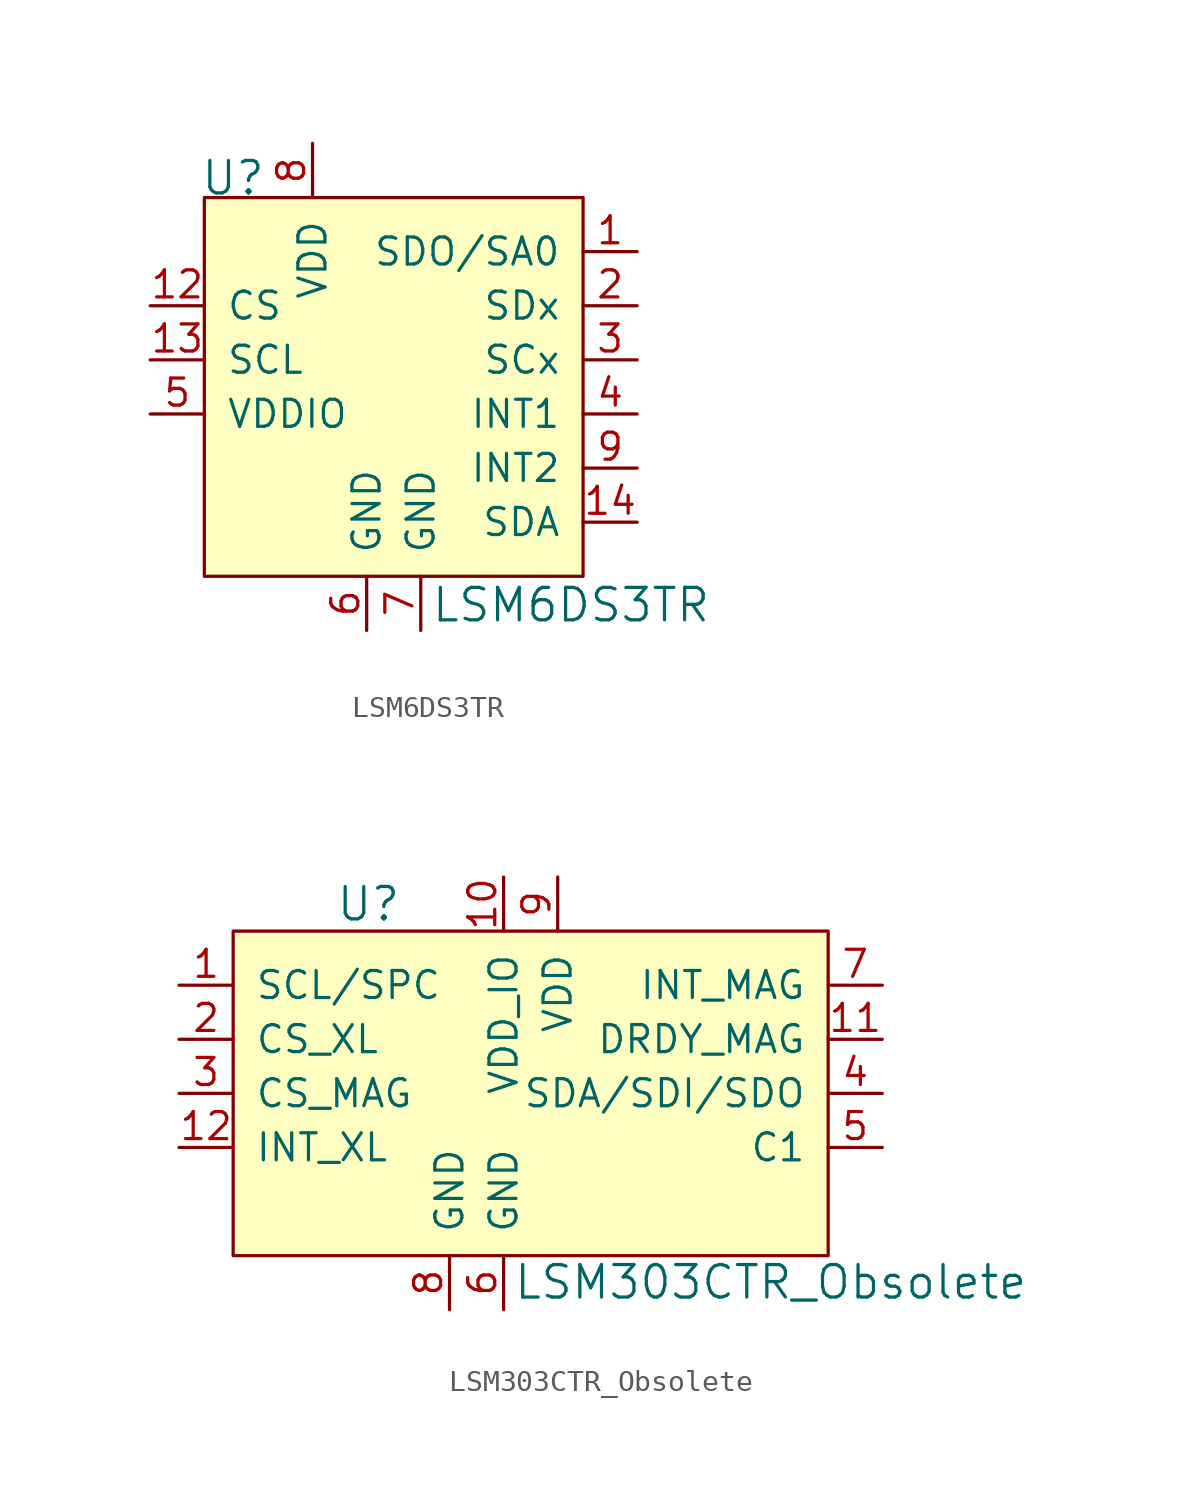
<source format=kicad_sym>
(kicad_symbol_lib
  (version 20231120)
  (generator "kicad_symbol_editor")
  (generator_version "8.0")
  (symbol "LSM6DS3TR"
    (pin_names
      (offset 1.016))
    (property "Reference" "U"
      (at -7.823 11.074 0)
      (effects (font (size 1.524 1.524)) (justify left)))
    (property "Value" "LSM6DS3TR"
      (at 2.997 -8.966 0)
      (effects (font (size 1.524 1.524)) (justify left)))
    (symbol "LSM6DS3TR_0_1"
      (rectangle (start -7.62 10.16) (end 10.16 -7.62) (stroke (width 0) (type solid)) (fill (type background))))
    (symbol "LSM6DS3TR_1_0"
      (pin output line (at 12.7 7.62 180) (length 2.54) (name "SDO/SA0" (effects (font (size 1.27 1.27)))) (number "1" (effects (font (size 1.27 1.27)))))
      (pin no_connect line (at -7.62 -2.54 0) (length 2.54) hide (name "NC" (effects (font (size 1.27 1.27)))) (number "10" (effects (font (size 1.27 1.27)))))
      (pin no_connect line (at -7.62 -5.08 0) (length 2.54) hide (name "NC" (effects (font (size 1.27 1.27)))) (number "11" (effects (font (size 1.27 1.27)))))
      (pin input line (at -10.16 5.08 0) (length 2.54) (name "CS" (effects (font (size 1.27 1.27)))) (number "12" (effects (font (size 1.27 1.27)))))
      (pin input line (at -10.16 2.54 0) (length 2.54) (name "SCL" (effects (font (size 1.27 1.27)))) (number "13" (effects (font (size 1.27 1.27)))))
      (pin bidirectional line (at 12.7 -5.08 180) (length 2.54) (name "SDA" (effects (font (size 1.27 1.27)))) (number "14" (effects (font (size 1.27 1.27)))))
      (pin output line (at 12.7 5.08 180) (length 2.54) (name "SDx" (effects (font (size 1.27 1.27)))) (number "2" (effects (font (size 1.27 1.27)))))
      (pin output line (at 12.7 2.54 180) (length 2.54) (name "SCx" (effects (font (size 1.27 1.27)))) (number "3" (effects (font (size 1.27 1.27)))))
      (pin output line (at 12.7 0 180) (length 2.54) (name "INT1" (effects (font (size 1.27 1.27)))) (number "4" (effects (font (size 1.27 1.27)))))
      (pin bidirectional line (at -10.16 0 0) (length 2.54) (name "VDDIO" (effects (font (size 1.27 1.27)))) (number "5" (effects (font (size 1.27 1.27)))))
      (pin bidirectional line (at 0 -10.16 90) (length 2.54) (name "GND" (effects (font (size 1.27 1.27)))) (number "6" (effects (font (size 1.27 1.27)))))
      (pin bidirectional line (at 2.54 -10.16 90) (length 2.54) (name "GND" (effects (font (size 1.27 1.27)))) (number "7" (effects (font (size 1.27 1.27)))))
      (pin bidirectional line (at -2.54 12.7 270) (length 2.54) (name "VDD" (effects (font (size 1.27 1.27)))) (number "8" (effects (font (size 1.27 1.27)))))
      (pin output line (at 12.7 -2.54 180) (length 2.54) (name "INT2" (effects (font (size 1.27 1.27)))) (number "9" (effects (font (size 1.27 1.27)))))))
  (symbol "LSM303CTR_Obsolete"
    (pin_names
      (offset 1.016))
    (property "Reference" "U"
      (at -11.43 13.97 0)
      (effects (font (size 1.524 1.524))))
    (property "Value" "LSM303CTR_Obsolete"
      (at -4.648 -3.785 0)
      (effects (font (size 1.524 1.524)) (justify left)))
    (symbol "LSM303CTR_Obsolete_0_1"
      (rectangle (start -17.78 12.7) (end 10.16 -2.54) (stroke (width 0) (type solid)) (fill (type background))))
    (symbol "LSM303CTR_Obsolete_1_1"
      (pin input line (at -20.32 10.16 0) (length 2.54) (name "SCL/SPC" (effects (font (size 1.27 1.27)))) (number "1" (effects (font (size 1.27 1.27)))))
      (pin power_in line (at -5.08 15.24 270) (length 2.54) (name "VDD_IO" (effects (font (size 1.27 1.27)))) (number "10" (effects (font (size 1.27 1.27)))))
      (pin output line (at 12.7 7.62 180) (length 2.54) (name "DRDY_MAG" (effects (font (size 1.27 1.27)))) (number "11" (effects (font (size 1.27 1.27)))))
      (pin input line (at -20.32 2.54 0) (length 2.54) (name "INT_XL" (effects (font (size 1.27 1.27)))) (number "12" (effects (font (size 1.27 1.27)))))
      (pin input line (at -20.32 7.62 0) (length 2.54) (name "CS_XL" (effects (font (size 1.27 1.27)))) (number "2" (effects (font (size 1.27 1.27)))))
      (pin input line (at -20.32 5.08 0) (length 2.54) (name "CS_MAG" (effects (font (size 1.27 1.27)))) (number "3" (effects (font (size 1.27 1.27)))))
      (pin bidirectional line (at 12.7 5.08 180) (length 2.54) (name "SDA/SDI/SDO" (effects (font (size 1.27 1.27)))) (number "4" (effects (font (size 1.27 1.27)))))
      (pin passive line (at 12.7 2.54 180) (length 2.54) (name "C1" (effects (font (size 1.27 1.27)))) (number "5" (effects (font (size 1.27 1.27)))))
      (pin power_in line (at -5.08 -5.08 90) (length 2.54) (name "GND" (effects (font (size 1.27 1.27)))) (number "6" (effects (font (size 1.27 1.27)))))
      (pin output line (at 12.7 10.16 180) (length 2.54) (name "INT_MAG" (effects (font (size 1.27 1.27)))) (number "7" (effects (font (size 1.27 1.27)))))
      (pin power_in line (at -7.62 -5.08 90) (length 2.54) (name "GND" (effects (font (size 1.27 1.27)))) (number "8" (effects (font (size 1.27 1.27)))))
      (pin power_in line (at -2.54 15.24 270) (length 2.54) (name "VDD" (effects (font (size 1.27 1.27)))) (number "9" (effects (font (size 1.27 1.27))))))))
</source>
